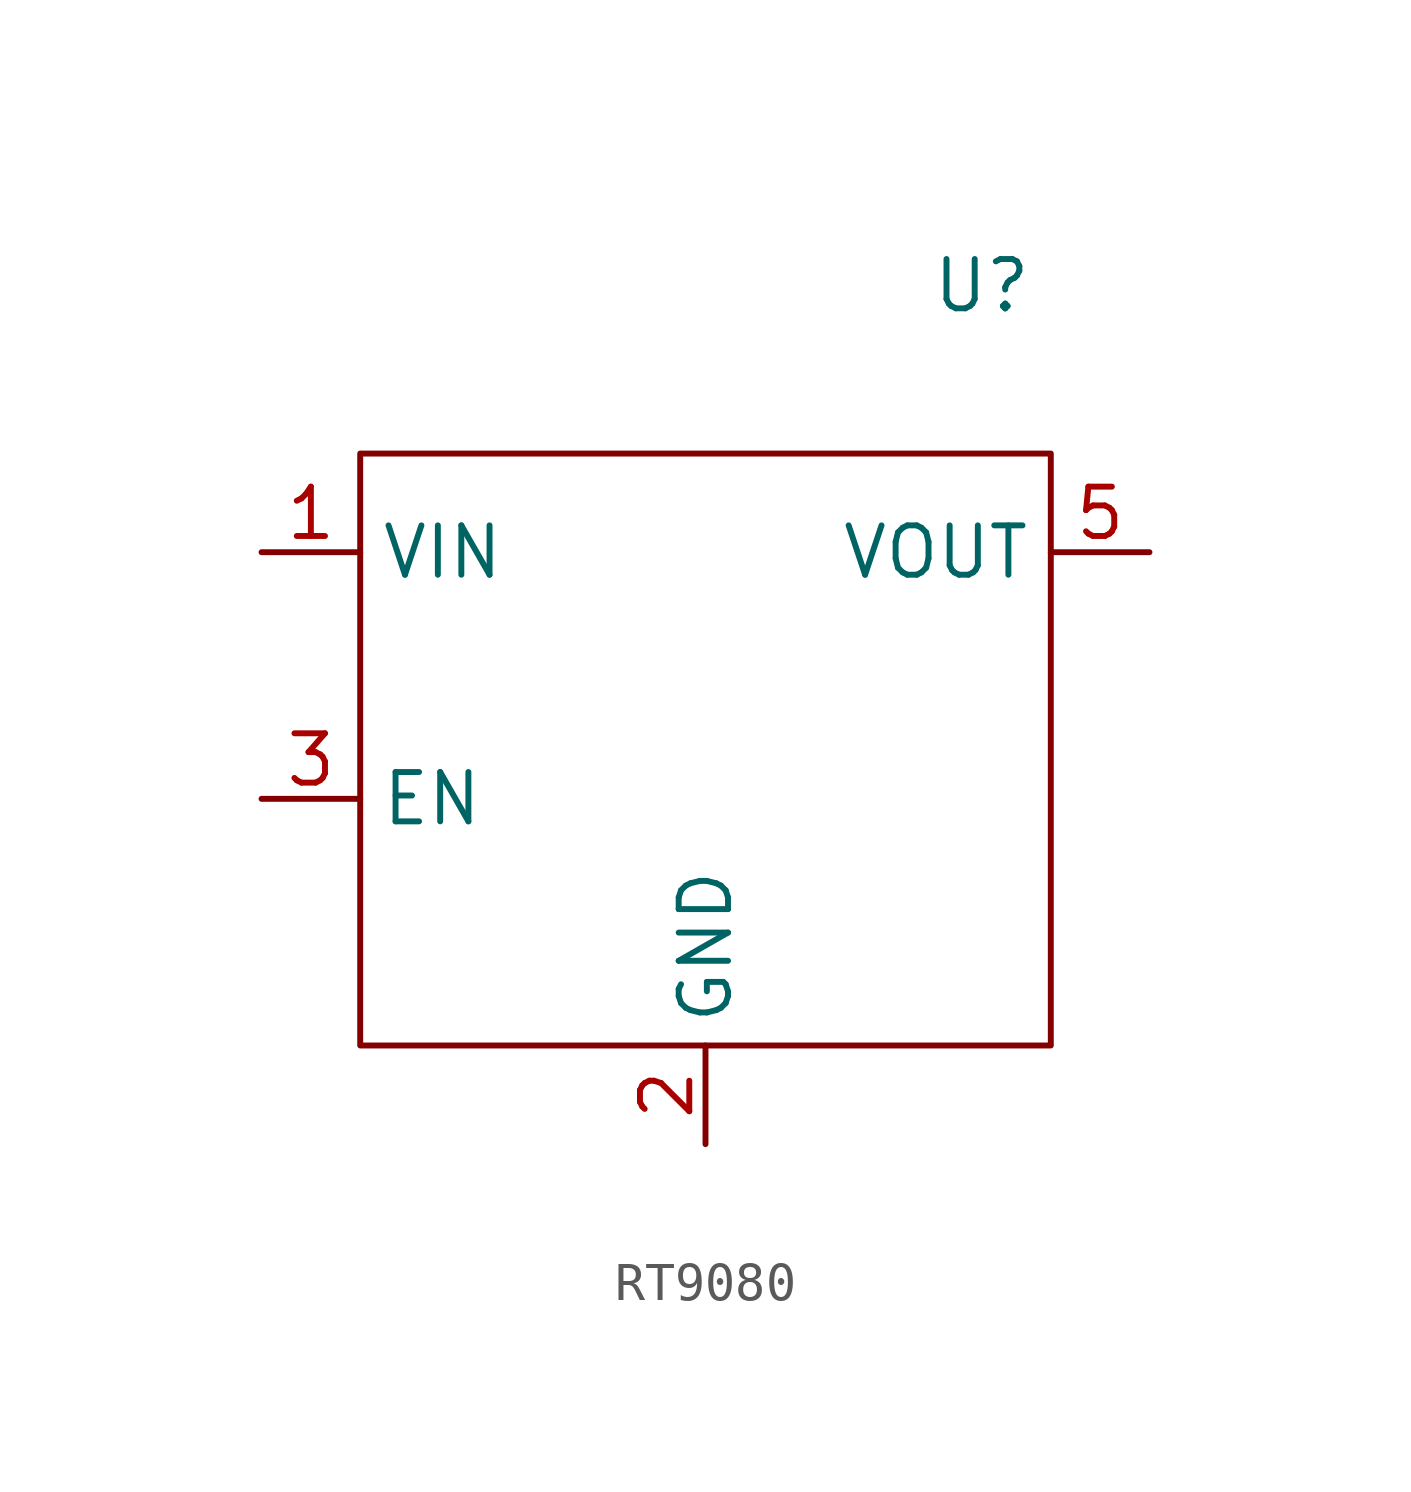
<source format=kicad_sym>
(kicad_symbol_lib
  (version 20231120)
  (generator "kicad_symbol_editor")
  (generator_version "8.0")
  (symbol "RT9080"
    (property "Reference" "U"
      (at 7.112 9.398 0)
      (effects (font (size 1.27 1.27))))
    (property "Value" ""
      (at 0 0 0)
      (effects (font (size 1.27 1.27))))
    (symbol "RT9080_0_1"
      (rectangle (start -8.89 5.08) (end 8.89 -10.16) (stroke (width 0) (type default)) (fill (type none))))
    (symbol "RT9080_1_1"
      (pin input line (at -11.43 2.54 0) (length 2.54) (name "VIN" (effects (font (size 1.27 1.27)))) (number "1" (effects (font (size 1.27 1.27)))))
      (pin input line (at 0 -12.7 90) (length 2.54) (name "GND" (effects (font (size 1.27 1.27)))) (number "2" (effects (font (size 1.27 1.27)))))
      (pin input line (at -11.43 -3.81 0) (length 2.54) (name "EN" (effects (font (size 1.27 1.27)))) (number "3" (effects (font (size 1.27 1.27)))))
      (pin free line (at 11.43 -3.81 180) (length 2.54) hide (name "SNS/NC" (effects (font (size 1.27 1.27)))) (number "4" (effects (font (size 1.27 1.27)))))
      (pin output line (at 11.43 2.54 180) (length 2.54) (name "VOUT" (effects (font (size 1.27 1.27)))) (number "5" (effects (font (size 1.27 1.27))))))))
</source>
